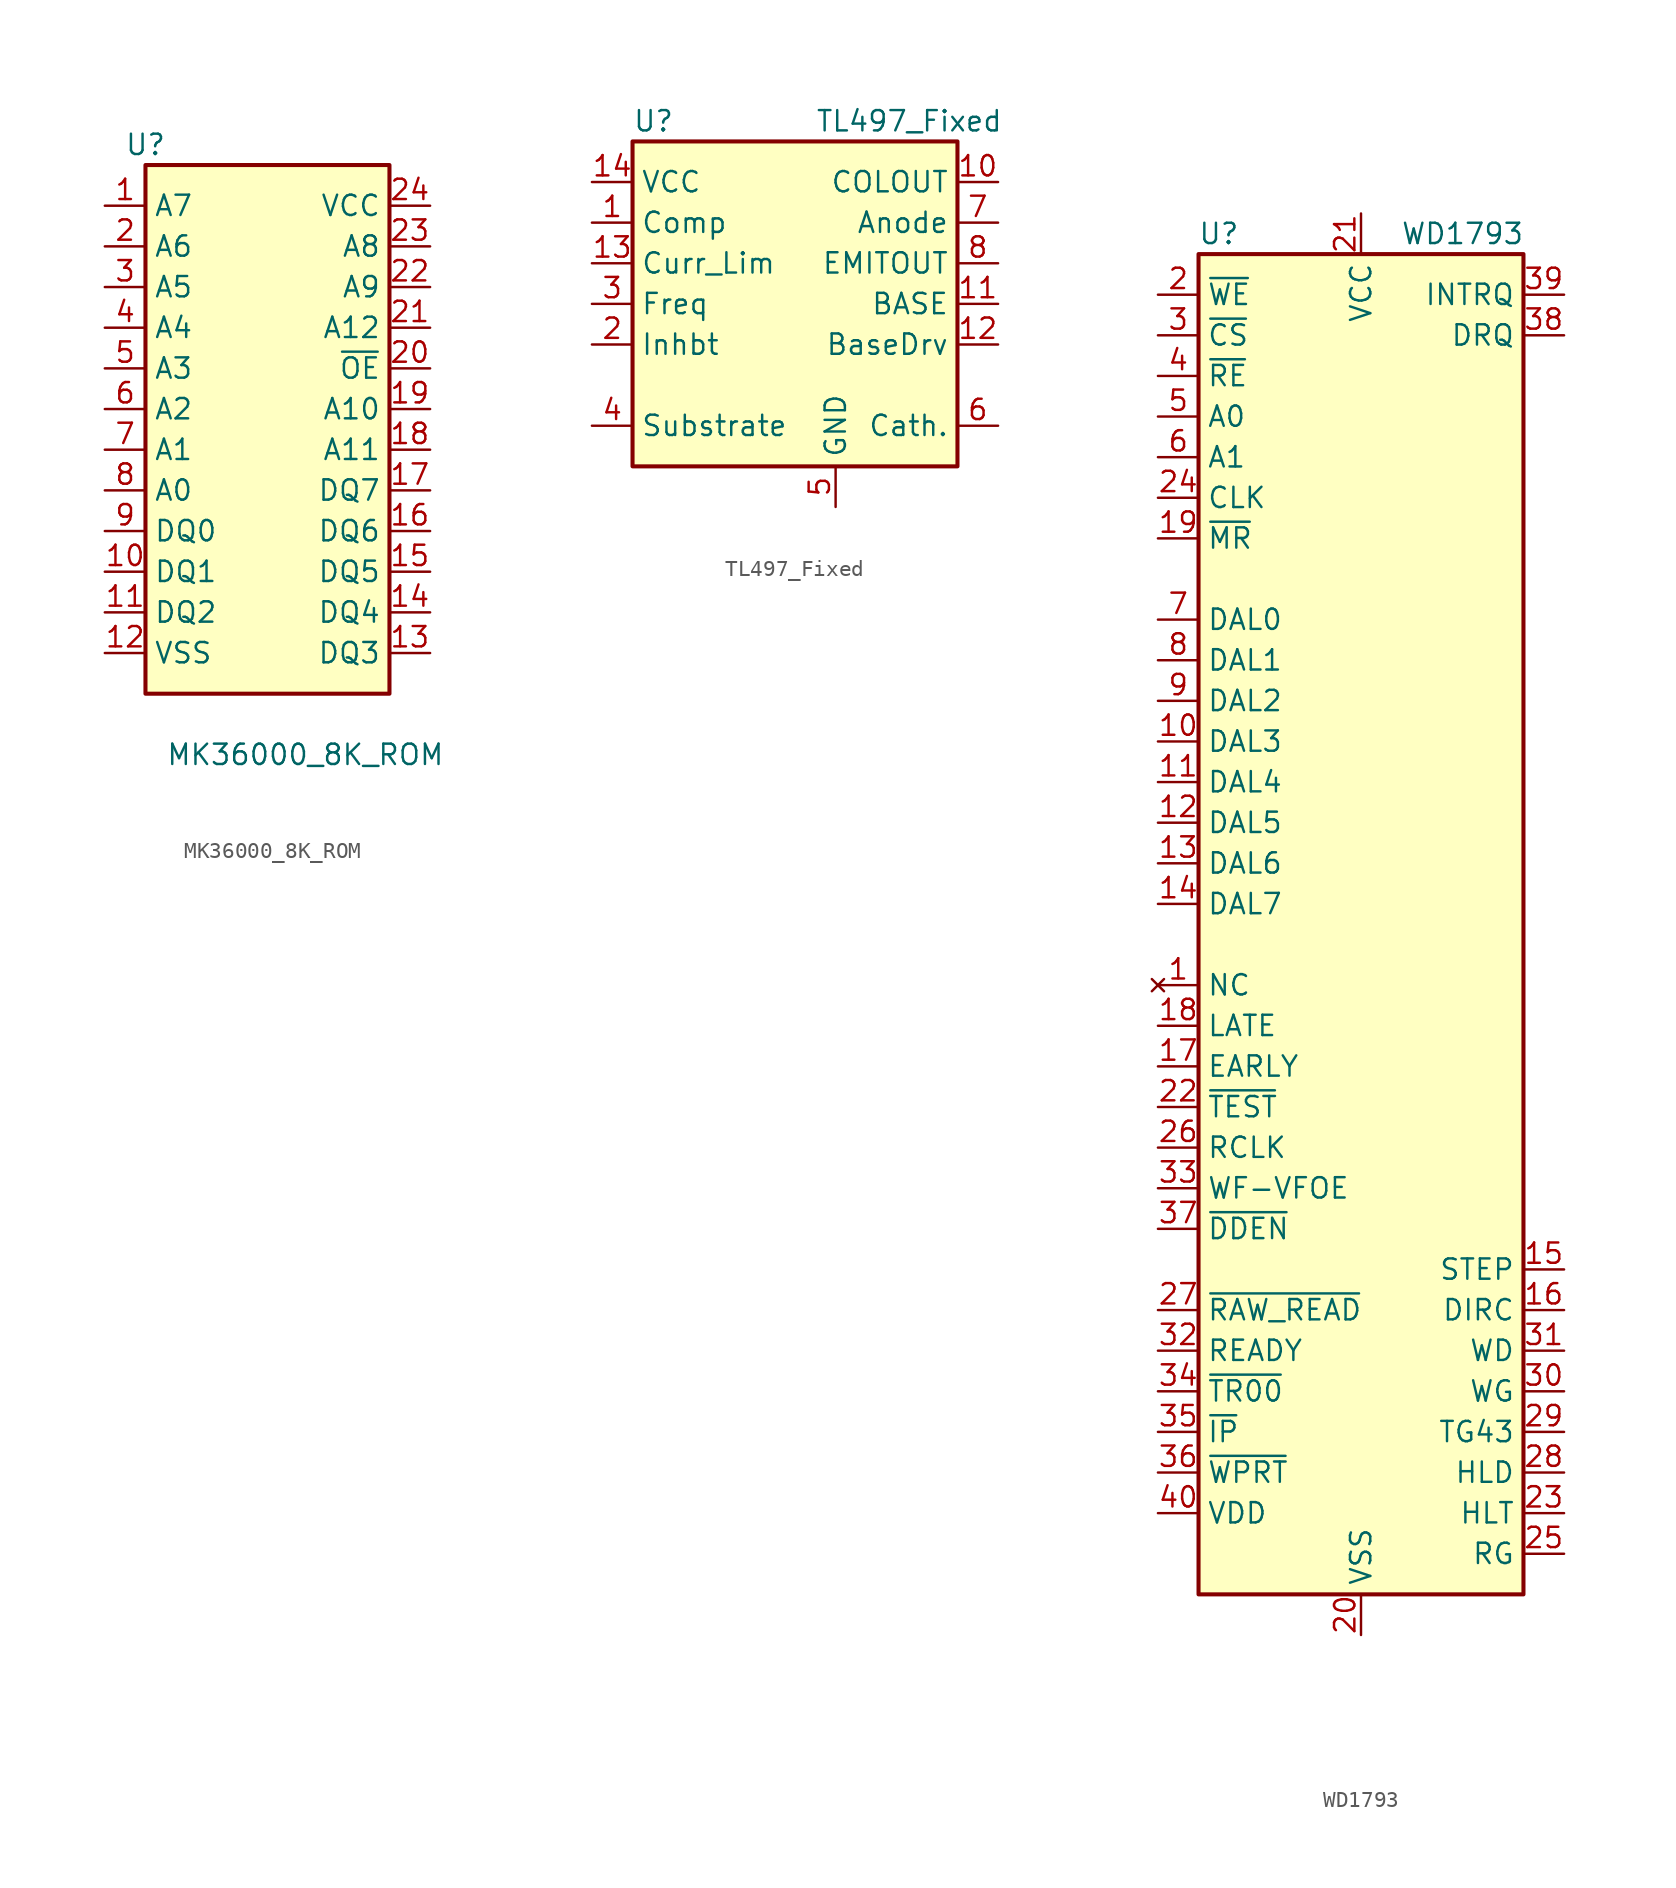
<source format=kicad_sym>
(kicad_symbol_lib
  (version 20241209)
  (generator "kicad_symbol_editor")
  (generator_version "9.0")
  (symbol "MK36000_8K_ROM"
    (property "Reference" "U"
      (at -7.62 17.78 0)
      (effects (font (size 1.27 1.27))))
    (property "Value" "MK36000_8K_ROM"
      (at -6.35 -20.32 0)
      (effects (font (size 1.27 1.27)) (justify left)))
    (symbol "MK36000_8K_ROM_1_1"
      (rectangle (start -7.62 16.51) (end 7.62 -16.51) (stroke (width 0.254) (type default)) (fill (type background)))
      (pin input line (at -10.16 13.97 0) (length 2.54) (name "A7" (effects (font (size 1.27 1.27)))) (number "1" (effects (font (size 1.27 1.27)))))
      (pin input line (at -10.16 11.43 0) (length 2.54) (name "A6" (effects (font (size 1.27 1.27)))) (number "2" (effects (font (size 1.27 1.27)))))
      (pin input line (at -10.16 8.89 0) (length 2.54) (name "A5" (effects (font (size 1.27 1.27)))) (number "3" (effects (font (size 1.27 1.27)))))
      (pin input line (at -10.16 6.35 0) (length 2.54) (name "A4" (effects (font (size 1.27 1.27)))) (number "4" (effects (font (size 1.27 1.27)))))
      (pin input line (at -10.16 3.81 0) (length 2.54) (name "A3" (effects (font (size 1.27 1.27)))) (number "5" (effects (font (size 1.27 1.27)))))
      (pin input line (at -10.16 1.27 0) (length 2.54) (name "A2" (effects (font (size 1.27 1.27)))) (number "6" (effects (font (size 1.27 1.27)))))
      (pin input line (at -10.16 -1.27 0) (length 2.54) (name "A1" (effects (font (size 1.27 1.27)))) (number "7" (effects (font (size 1.27 1.27)))))
      (pin input line (at -10.16 -3.81 0) (length 2.54) (name "A0" (effects (font (size 1.27 1.27)))) (number "8" (effects (font (size 1.27 1.27)))))
      (pin tri_state line (at -10.16 -6.35 0) (length 2.54) (name "DQ0" (effects (font (size 1.27 1.27)))) (number "9" (effects (font (size 1.27 1.27)))))
      (pin tri_state line (at -10.16 -8.89 0) (length 2.54) (name "DQ1" (effects (font (size 1.27 1.27)))) (number "10" (effects (font (size 1.27 1.27)))))
      (pin tri_state line (at -10.16 -11.43 0) (length 2.54) (name "DQ2" (effects (font (size 1.27 1.27)))) (number "11" (effects (font (size 1.27 1.27)))))
      (pin power_in line (at -10.16 -13.97 0) (length 2.54) (name "VSS" (effects (font (size 1.27 1.27)))) (number "12" (effects (font (size 1.27 1.27)))))
      (pin power_in line (at 10.16 13.97 180) (length 2.54) (name "VCC" (effects (font (size 1.27 1.27)))) (number "24" (effects (font (size 1.27 1.27)))))
      (pin input line (at 10.16 11.43 180) (length 2.54) (name "A8" (effects (font (size 1.27 1.27)))) (number "23" (effects (font (size 1.27 1.27)))))
      (pin input line (at 10.16 8.89 180) (length 2.54) (name "A9" (effects (font (size 1.27 1.27)))) (number "22" (effects (font (size 1.27 1.27)))))
      (pin input line (at 10.16 6.35 180) (length 2.54) (name "A12" (effects (font (size 1.27 1.27)))) (number "21" (effects (font (size 1.27 1.27)))))
      (pin input line (at 10.16 3.81 180) (length 2.54) (name "~{OE}" (effects (font (size 1.27 1.27)))) (number "20" (effects (font (size 1.27 1.27)))))
      (pin input line (at 10.16 1.27 180) (length 2.54) (name "A10" (effects (font (size 1.27 1.27)))) (number "19" (effects (font (size 1.27 1.27)))))
      (pin input line (at 10.16 -1.27 180) (length 2.54) (name "A11" (effects (font (size 1.27 1.27)))) (number "18" (effects (font (size 1.27 1.27)))))
      (pin tri_state line (at 10.16 -3.81 180) (length 2.54) (name "DQ7" (effects (font (size 1.27 1.27)))) (number "17" (effects (font (size 1.27 1.27)))))
      (pin tri_state line (at 10.16 -6.35 180) (length 2.54) (name "DQ6" (effects (font (size 1.27 1.27)))) (number "16" (effects (font (size 1.27 1.27)))))
      (pin tri_state line (at 10.16 -8.89 180) (length 2.54) (name "DQ5" (effects (font (size 1.27 1.27)))) (number "15" (effects (font (size 1.27 1.27)))))
      (pin tri_state line (at 10.16 -11.43 180) (length 2.54) (name "DQ4" (effects (font (size 1.27 1.27)))) (number "14" (effects (font (size 1.27 1.27)))))
      (pin tri_state line (at 10.16 -13.97 180) (length 2.54) (name "DQ3" (effects (font (size 1.27 1.27)))) (number "13" (effects (font (size 1.27 1.27)))))))
  (symbol "TL497_Fixed"
    (property "Reference" "U"
      (at -10.16 11.43 0)
      (effects (font (size 1.27 1.27)) (justify left)))
    (property "Value" "TL497_Fixed"
      (at 1.27 11.43 0)
      (effects (font (size 1.27 1.27)) (justify left)))
    (symbol "TL497_Fixed_0_1"
      (rectangle (start -10.16 10.16) (end 10.16 -10.16) (stroke (width 0.254) (type default)) (fill (type background))))
    (symbol "TL497_Fixed_1_1"
      (pin power_in line (at -12.7 7.62 0) (length 2.54) (name "VCC" (effects (font (size 1.27 1.27)))) (number "14" (effects (font (size 1.27 1.27)))))
      (pin input line (at -12.7 5.08 0) (length 2.54) (name "Comp" (effects (font (size 1.27 1.27)))) (number "1" (effects (font (size 1.27 1.27)))))
      (pin input line (at -12.7 2.54 0) (length 2.54) (name "Curr_Lim" (effects (font (size 1.27 1.27)))) (number "13" (effects (font (size 1.27 1.27)))))
      (pin input line (at -12.7 0 0) (length 2.54) (name "Freq" (effects (font (size 1.27 1.27)))) (number "3" (effects (font (size 1.27 1.27)))))
      (pin input line (at -12.7 -2.54 0) (length 2.54) (name "Inhbt" (effects (font (size 1.27 1.27)))) (number "2" (effects (font (size 1.27 1.27)))))
      (pin input line (at -12.7 -7.62 0) (length 2.54) (name "Substrate" (effects (font (size 1.27 1.27)))) (number "4" (effects (font (size 1.27 1.27)))))
      (pin no_connect line (at -10.16 -5.08 0) (length 2.54) (hide yes) (name "NC" (effects (font (size 1.27 1.27)))) (number "9" (effects (font (size 1.27 1.27)))))
      (pin power_in line (at 2.54 -12.7 90) (length 2.54) (name "GND" (effects (font (size 1.27 1.27)))) (number "5" (effects (font (size 1.27 1.27)))))
      (pin open_collector line (at 12.7 7.62 180) (length 2.54) (name "COLOUT" (effects (font (size 1.27 1.27)))) (number "10" (effects (font (size 1.27 1.27)))))
      (pin passive line (at 12.7 5.08 180) (length 2.54) (name "Anode" (effects (font (size 1.27 1.27)))) (number "7" (effects (font (size 1.27 1.27)))))
      (pin power_in line (at 12.7 2.54 180) (length 2.54) (name "EMITOUT" (effects (font (size 1.27 1.27)))) (number "8" (effects (font (size 1.27 1.27)))))
      (pin passive line (at 12.7 0 180) (length 2.54) (name "BASE" (effects (font (size 1.27 1.27)))) (number "11" (effects (font (size 1.27 1.27)))))
      (pin passive line (at 12.7 -2.54 180) (length 2.54) (name "BaseDrv" (effects (font (size 1.27 1.27)))) (number "12" (effects (font (size 1.27 1.27)))))
      (pin passive line (at 12.7 -7.62 180) (length 2.54) (name "Cath." (effects (font (size 1.27 1.27)))) (number "6" (effects (font (size 1.27 1.27)))))))
  (symbol "WD1793"
    (property "Reference" "U"
      (at -8.89 44.45 0)
      (effects (font (size 1.27 1.27))))
    (property "Value" "WD1793"
      (at 6.35 44.45 0)
      (effects (font (size 1.27 1.27))))
    (symbol "WD1793_0_1"
      (rectangle (start -10.16 43.18) (end 10.16 -40.64) (stroke (width 0.254) (type default)) (fill (type background))))
    (symbol "WD1793_1_1"
      (pin input line (at -12.7 40.64 0) (length 2.54) (name "~{WE}" (effects (font (size 1.27 1.27)))) (number "2" (effects (font (size 1.27 1.27)))))
      (pin input line (at -12.7 38.1 0) (length 2.54) (name "~{CS}" (effects (font (size 1.27 1.27)))) (number "3" (effects (font (size 1.27 1.27)))))
      (pin input line (at -12.7 35.56 0) (length 2.54) (name "~{RE}" (effects (font (size 1.27 1.27)))) (number "4" (effects (font (size 1.27 1.27)))))
      (pin input line (at -12.7 33.02 0) (length 2.54) (name "A0" (effects (font (size 1.27 1.27)))) (number "5" (effects (font (size 1.27 1.27)))))
      (pin input line (at -12.7 30.48 0) (length 2.54) (name "A1" (effects (font (size 1.27 1.27)))) (number "6" (effects (font (size 1.27 1.27)))))
      (pin input line (at -12.7 27.94 0) (length 2.54) (name "CLK" (effects (font (size 1.27 1.27)))) (number "24" (effects (font (size 1.27 1.27)))))
      (pin input line (at -12.7 25.4 0) (length 2.54) (name "~{MR}" (effects (font (size 1.27 1.27)))) (number "19" (effects (font (size 1.27 1.27)))))
      (pin tri_state line (at -12.7 20.32 0) (length 2.54) (name "DAL0" (effects (font (size 1.27 1.27)))) (number "7" (effects (font (size 1.27 1.27)))))
      (pin tri_state line (at -12.7 17.78 0) (length 2.54) (name "DAL1" (effects (font (size 1.27 1.27)))) (number "8" (effects (font (size 1.27 1.27)))))
      (pin tri_state line (at -12.7 15.24 0) (length 2.54) (name "DAL2" (effects (font (size 1.27 1.27)))) (number "9" (effects (font (size 1.27 1.27)))))
      (pin tri_state line (at -12.7 12.7 0) (length 2.54) (name "DAL3" (effects (font (size 1.27 1.27)))) (number "10" (effects (font (size 1.27 1.27)))))
      (pin tri_state line (at -12.7 10.16 0) (length 2.54) (name "DAL4" (effects (font (size 1.27 1.27)))) (number "11" (effects (font (size 1.27 1.27)))))
      (pin tri_state line (at -12.7 7.62 0) (length 2.54) (name "DAL5" (effects (font (size 1.27 1.27)))) (number "12" (effects (font (size 1.27 1.27)))))
      (pin tri_state line (at -12.7 5.08 0) (length 2.54) (name "DAL6" (effects (font (size 1.27 1.27)))) (number "13" (effects (font (size 1.27 1.27)))))
      (pin tri_state line (at -12.7 2.54 0) (length 2.54) (name "DAL7" (effects (font (size 1.27 1.27)))) (number "14" (effects (font (size 1.27 1.27)))))
      (pin no_connect line (at -12.7 -2.54 0) (length 2.54) (name "NC" (effects (font (size 1.27 1.27)))) (number "1" (effects (font (size 1.27 1.27)))))
      (pin output line (at -12.7 -5.08 0) (length 2.54) (name "LATE" (effects (font (size 1.27 1.27)))) (number "18" (effects (font (size 1.27 1.27)))))
      (pin output line (at -12.7 -7.62 0) (length 2.54) (name "EARLY" (effects (font (size 1.27 1.27)))) (number "17" (effects (font (size 1.27 1.27)))))
      (pin input line (at -12.7 -10.16 0) (length 2.54) (name "~{TEST}" (effects (font (size 1.27 1.27)))) (number "22" (effects (font (size 1.27 1.27)))))
      (pin input line (at -12.7 -12.7 0) (length 2.54) (name "RCLK" (effects (font (size 1.27 1.27)))) (number "26" (effects (font (size 1.27 1.27)))))
      (pin bidirectional line (at -12.7 -15.24 0) (length 2.54) (name "WF-VFOE" (effects (font (size 1.27 1.27)))) (number "33" (effects (font (size 1.27 1.27)))))
      (pin input line (at -12.7 -17.78 0) (length 2.54) (name "~{DDEN}" (effects (font (size 1.27 1.27)))) (number "37" (effects (font (size 1.27 1.27)))))
      (pin input line (at -12.7 -22.86 0) (length 2.54) (name "~{RAW_READ}" (effects (font (size 1.27 1.27)))) (number "27" (effects (font (size 1.27 1.27)))))
      (pin input line (at -12.7 -25.4 0) (length 2.54) (name "READY" (effects (font (size 1.27 1.27)))) (number "32" (effects (font (size 1.27 1.27)))))
      (pin input line (at -12.7 -27.94 0) (length 2.54) (name "~{TR00}" (effects (font (size 1.27 1.27)))) (number "34" (effects (font (size 1.27 1.27)))))
      (pin input line (at -12.7 -30.48 0) (length 2.54) (name "~{IP}" (effects (font (size 1.27 1.27)))) (number "35" (effects (font (size 1.27 1.27)))))
      (pin input line (at -12.7 -33.02 0) (length 2.54) (name "~{WPRT}" (effects (font (size 1.27 1.27)))) (number "36" (effects (font (size 1.27 1.27)))))
      (pin power_in line (at -12.7 -35.56 0) (length 2.54) (name "VDD" (effects (font (size 1.27 1.27)))) (number "40" (effects (font (size 1.27 1.27)))))
      (pin power_in line (at 0 45.72 270) (length 2.54) (name "VCC" (effects (font (size 1.27 1.27)))) (number "21" (effects (font (size 1.27 1.27)))))
      (pin power_in line (at 0 -43.18 90) (length 2.54) (name "VSS" (effects (font (size 1.27 1.27)))) (number "20" (effects (font (size 1.27 1.27)))))
      (pin output line (at 12.7 40.64 180) (length 2.54) (name "INTRQ" (effects (font (size 1.27 1.27)))) (number "39" (effects (font (size 1.27 1.27)))))
      (pin output line (at 12.7 38.1 180) (length 2.54) (name "DRQ" (effects (font (size 1.27 1.27)))) (number "38" (effects (font (size 1.27 1.27)))))
      (pin output line (at 12.7 -20.32 180) (length 2.54) (name "STEP" (effects (font (size 1.27 1.27)))) (number "15" (effects (font (size 1.27 1.27)))))
      (pin output line (at 12.7 -22.86 180) (length 2.54) (name "DIRC" (effects (font (size 1.27 1.27)))) (number "16" (effects (font (size 1.27 1.27)))))
      (pin output line (at 12.7 -25.4 180) (length 2.54) (name "WD" (effects (font (size 1.27 1.27)))) (number "31" (effects (font (size 1.27 1.27)))))
      (pin output line (at 12.7 -27.94 180) (length 2.54) (name "WG" (effects (font (size 1.27 1.27)))) (number "30" (effects (font (size 1.27 1.27)))))
      (pin output line (at 12.7 -30.48 180) (length 2.54) (name "TG43" (effects (font (size 1.27 1.27)))) (number "29" (effects (font (size 1.27 1.27)))))
      (pin output line (at 12.7 -33.02 180) (length 2.54) (name "HLD" (effects (font (size 1.27 1.27)))) (number "28" (effects (font (size 1.27 1.27)))))
      (pin input line (at 12.7 -35.56 180) (length 2.54) (name "HLT" (effects (font (size 1.27 1.27)))) (number "23" (effects (font (size 1.27 1.27)))))
      (pin output line (at 12.7 -38.1 180) (length 2.54) (name "RG" (effects (font (size 1.27 1.27)))) (number "25" (effects (font (size 1.27 1.27))))))))
</source>
